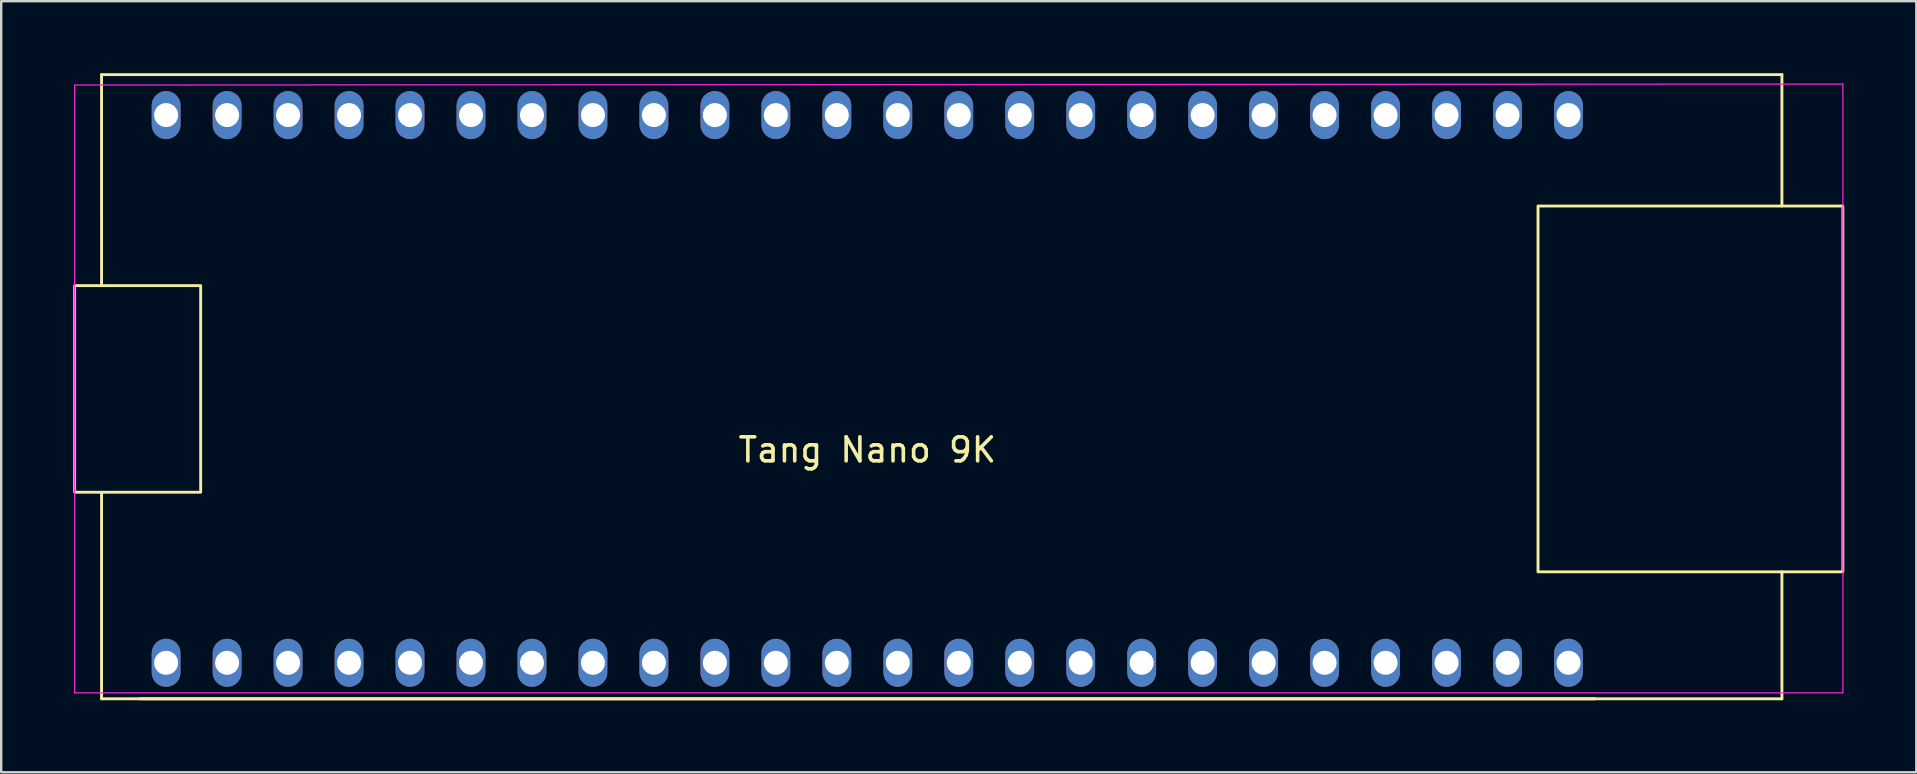
<source format=kicad_pcb>
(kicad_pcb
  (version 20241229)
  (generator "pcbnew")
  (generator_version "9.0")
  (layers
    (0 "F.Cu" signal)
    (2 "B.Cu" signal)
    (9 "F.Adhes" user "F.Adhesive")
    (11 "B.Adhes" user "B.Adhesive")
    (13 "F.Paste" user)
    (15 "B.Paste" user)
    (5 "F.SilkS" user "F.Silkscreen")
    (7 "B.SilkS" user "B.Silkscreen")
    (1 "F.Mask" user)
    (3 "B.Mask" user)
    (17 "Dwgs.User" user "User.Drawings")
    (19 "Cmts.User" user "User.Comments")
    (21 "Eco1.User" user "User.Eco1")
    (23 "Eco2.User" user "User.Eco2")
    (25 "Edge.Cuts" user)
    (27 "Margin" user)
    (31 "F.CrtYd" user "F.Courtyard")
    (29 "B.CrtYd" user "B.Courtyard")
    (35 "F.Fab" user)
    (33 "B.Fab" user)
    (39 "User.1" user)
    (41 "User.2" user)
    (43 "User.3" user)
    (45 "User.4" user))
  (footprint "Tang Nano 9K"
    (layer "F.Cu")
    (at 33.08 13.152)
    (property "Reference" "Tang Nano 9K" (at 0 2.54 180) (layer "F.SilkS") (effects (font (size 1 1) (thickness 0.15))))
    (fp_line (start -31.9 -13.092) (end -31.899 -4.303) (stroke (width 0.12) (type solid)) (layer "F.SilkS"))
    (fp_line (start -31.9 -13.092) (end 38.1 -13.092) (stroke (width 0.12) (type solid)) (layer "F.SilkS"))
    (fp_line (start -31.9 12.908) (end -31.899 4.309) (stroke (width 0.12) (type solid)) (layer "F.SilkS"))
    (fp_line (start -31.9 12.908) (end 38.1 12.908) (stroke (width 0.12) (type solid)) (layer "F.SilkS"))
    (fp_line (start -30.31 12.908) (end 30.31 12.908) (stroke (width 0.12) (type solid)) (layer "F.SilkS"))
    (fp_rect (start -27.77 -4.303) (end -33.02 4.303) (stroke (width 0.12) (type solid)) (fill no) (layer "F.SilkS"))
    (fp_rect (start 27.94 -7.62) (end 40.64 7.62) (stroke (width 0.12) (type solid)) (fill no) (layer "F.SilkS"))
    (fp_rect (start 38.1 -13.092) (end 38.1 -7.62) (stroke (width 0.12) (type solid)) (fill no) (layer "F.SilkS"))
    (fp_rect (start 38.1 12.908) (end 38.1 7.62) (stroke (width 0.12) (type solid)) (fill no) (layer "F.SilkS"))
    (fp_line (start -33.02 -12.66) (end 40.64 -12.7) (stroke (width 0.05) (type solid)) (layer "F.CrtYd"))
    (fp_line (start -33.02 12.66) (end -33.02 -12.66) (stroke (width 0.05) (type solid)) (layer "F.CrtYd"))
    (fp_line (start 40.64 -12.7) (end 40.64 12.66) (stroke (width 0.05) (type solid)) (layer "F.CrtYd"))
    (fp_line (start 40.64 12.66) (end -33.02 12.66) (stroke (width 0.05) (type solid)) (layer "F.CrtYd"))
    (pad "1" thru_hole oval (at -29.21 11.408) (size 1.2 2) (drill 1) (layers "*.Cu" "*.Mask"))
    (pad "2" thru_hole oval (at -26.67 11.408) (size 1.2 2) (drill 1) (layers "*.Cu" "*.Mask"))
    (pad "3" thru_hole oval (at -24.13 11.408) (size 1.2 2) (drill 1) (layers "*.Cu" "*.Mask"))
    (pad "4" thru_hole oval (at -21.59 11.408) (size 1.2 2) (drill 1) (layers "*.Cu" "*.Mask"))
    (pad "5" thru_hole oval (at -19.05 11.408) (size 1.2 2) (drill 1) (layers "*.Cu" "*.Mask"))
    (pad "6" thru_hole oval (at -16.51 11.408) (size 1.2 2) (drill 1) (layers "*.Cu" "*.Mask"))
    (pad "7" thru_hole oval (at -13.97 11.408) (size 1.2 2) (drill 1) (layers "*.Cu" "*.Mask"))
    (pad "8" thru_hole oval (at -11.43 11.408) (size 1.2 2) (drill 1) (layers "*.Cu" "*.Mask"))
    (pad "9" thru_hole oval (at -8.89 11.408) (size 1.2 2) (drill 1) (layers "*.Cu" "*.Mask"))
    (pad "10" thru_hole oval (at -6.35 11.408) (size 1.2 2) (drill 1) (layers "*.Cu" "*.Mask"))
    (pad "11" thru_hole oval (at -3.81 11.408) (size 1.2 2) (drill 1) (layers "*.Cu" "*.Mask"))
    (pad "12" thru_hole oval (at -1.27 11.408) (size 1.2 2) (drill 1) (layers "*.Cu" "*.Mask"))
    (pad "13" thru_hole oval (at 1.27 11.408) (size 1.2 2) (drill 1) (layers "*.Cu" "*.Mask"))
    (pad "14" thru_hole oval (at 3.81 11.408) (size 1.2 2) (drill 1) (layers "*.Cu" "*.Mask"))
    (pad "15" thru_hole oval (at 6.35 11.408) (size 1.2 2) (drill 1) (layers "*.Cu" "*.Mask"))
    (pad "16" thru_hole oval (at 8.89 11.408) (size 1.2 2) (drill 1) (layers "*.Cu" "*.Mask"))
    (pad "17" thru_hole oval (at 11.43 11.408) (size 1.2 2) (drill 1) (layers "*.Cu" "*.Mask"))
    (pad "18" thru_hole oval (at 13.97 11.408) (size 1.2 2) (drill 1) (layers "*.Cu" "*.Mask"))
    (pad "19" thru_hole oval (at 16.51 11.408) (size 1.2 2) (drill 1) (layers "*.Cu" "*.Mask"))
    (pad "20" thru_hole oval (at 19.05 11.408) (size 1.2 2) (drill 1) (layers "*.Cu" "*.Mask"))
    (pad "21" thru_hole oval (at 21.59 11.408) (size 1.2 2) (drill 1) (layers "*.Cu" "*.Mask"))
    (pad "22" thru_hole oval (at 24.13 11.408) (size 1.2 2) (drill 1) (layers "*.Cu" "*.Mask"))
    (pad "23" thru_hole oval (at 26.67 11.408) (size 1.2 2) (drill 1) (layers "*.Cu" "*.Mask"))
    (pad "24" thru_hole oval (at 29.21 11.408) (size 1.2 2) (drill 1) (layers "*.Cu" "*.Mask"))
    (pad "25" thru_hole oval (at 29.21 -11.408) (size 1.2 2) (drill 1) (layers "*.Cu" "*.Mask"))
    (pad "26" thru_hole oval (at 26.67 -11.408) (size 1.2 2) (drill 1) (layers "*.Cu" "*.Mask"))
    (pad "27" thru_hole oval (at 24.13 -11.408) (size 1.2 2) (drill 1) (layers "*.Cu" "*.Mask"))
    (pad "28" thru_hole oval (at 21.59 -11.408) (size 1.2 2) (drill 1) (layers "*.Cu" "*.Mask"))
    (pad "29" thru_hole oval (at 19.05 -11.408) (size 1.2 2) (drill 1) (layers "*.Cu" "*.Mask"))
    (pad "30" thru_hole oval (at 16.51 -11.408) (size 1.2 2) (drill 1) (layers "*.Cu" "*.Mask"))
    (pad "31" thru_hole oval (at 13.97 -11.408) (size 1.2 2) (drill 1) (layers "*.Cu" "*.Mask"))
    (pad "32" thru_hole oval (at 11.43 -11.408) (size 1.2 2) (drill 1) (layers "*.Cu" "*.Mask"))
    (pad "33" thru_hole oval (at 8.89 -11.408) (size 1.2 2) (drill 1) (layers "*.Cu" "*.Mask"))
    (pad "34" thru_hole oval (at 6.35 -11.408) (size 1.2 2) (drill 1) (layers "*.Cu" "*.Mask"))
    (pad "35" thru_hole oval (at 3.81 -11.408) (size 1.2 2) (drill 1) (layers "*.Cu" "*.Mask"))
    (pad "36" thru_hole oval (at 1.27 -11.408) (size 1.2 2) (drill 1) (layers "*.Cu" "*.Mask"))
    (pad "37" thru_hole oval (at -1.27 -11.408) (size 1.2 2) (drill 1) (layers "*.Cu" "*.Mask"))
    (pad "38" thru_hole oval (at -3.81 -11.408) (size 1.2 2) (drill 1) (layers "*.Cu" "*.Mask"))
    (pad "39" thru_hole oval (at -6.35 -11.408) (size 1.2 2) (drill 1) (layers "*.Cu" "*.Mask"))
    (pad "40" thru_hole oval (at -8.89 -11.408) (size 1.2 2) (drill 1) (layers "*.Cu" "*.Mask"))
    (pad "41" thru_hole oval (at -11.43 -11.408) (size 1.2 2) (drill 1) (layers "*.Cu" "*.Mask"))
    (pad "42" thru_hole oval (at -13.97 -11.408) (size 1.2 2) (drill 1) (layers "*.Cu" "*.Mask"))
    (pad "43" thru_hole oval (at -16.51 -11.408) (size 1.2 2) (drill 1) (layers "*.Cu" "*.Mask"))
    (pad "44" thru_hole oval (at -19.05 -11.408) (size 1.2 2) (drill 1) (layers "*.Cu" "*.Mask"))
    (pad "45" thru_hole oval (at -21.59 -11.408) (size 1.2 2) (drill 1) (layers "*.Cu" "*.Mask"))
    (pad "46" thru_hole oval (at -24.13 -11.408) (size 1.2 2) (drill 1) (layers "*.Cu" "*.Mask"))
    (pad "47" thru_hole oval (at -26.67 -11.408) (size 1.2 2) (drill 1) (layers "*.Cu" "*.Mask"))
    (pad "48" thru_hole oval (at -29.21 -11.408) (size 1.2 2) (drill 1) (layers "*.Cu" "*.Mask")))
  (gr_rect
    (start -3 -3)
    (end 76.78 29.12)
    (stroke (width 0.1) (type default))
    (fill no)
    (layer "Edge.Cuts")))
</source>
